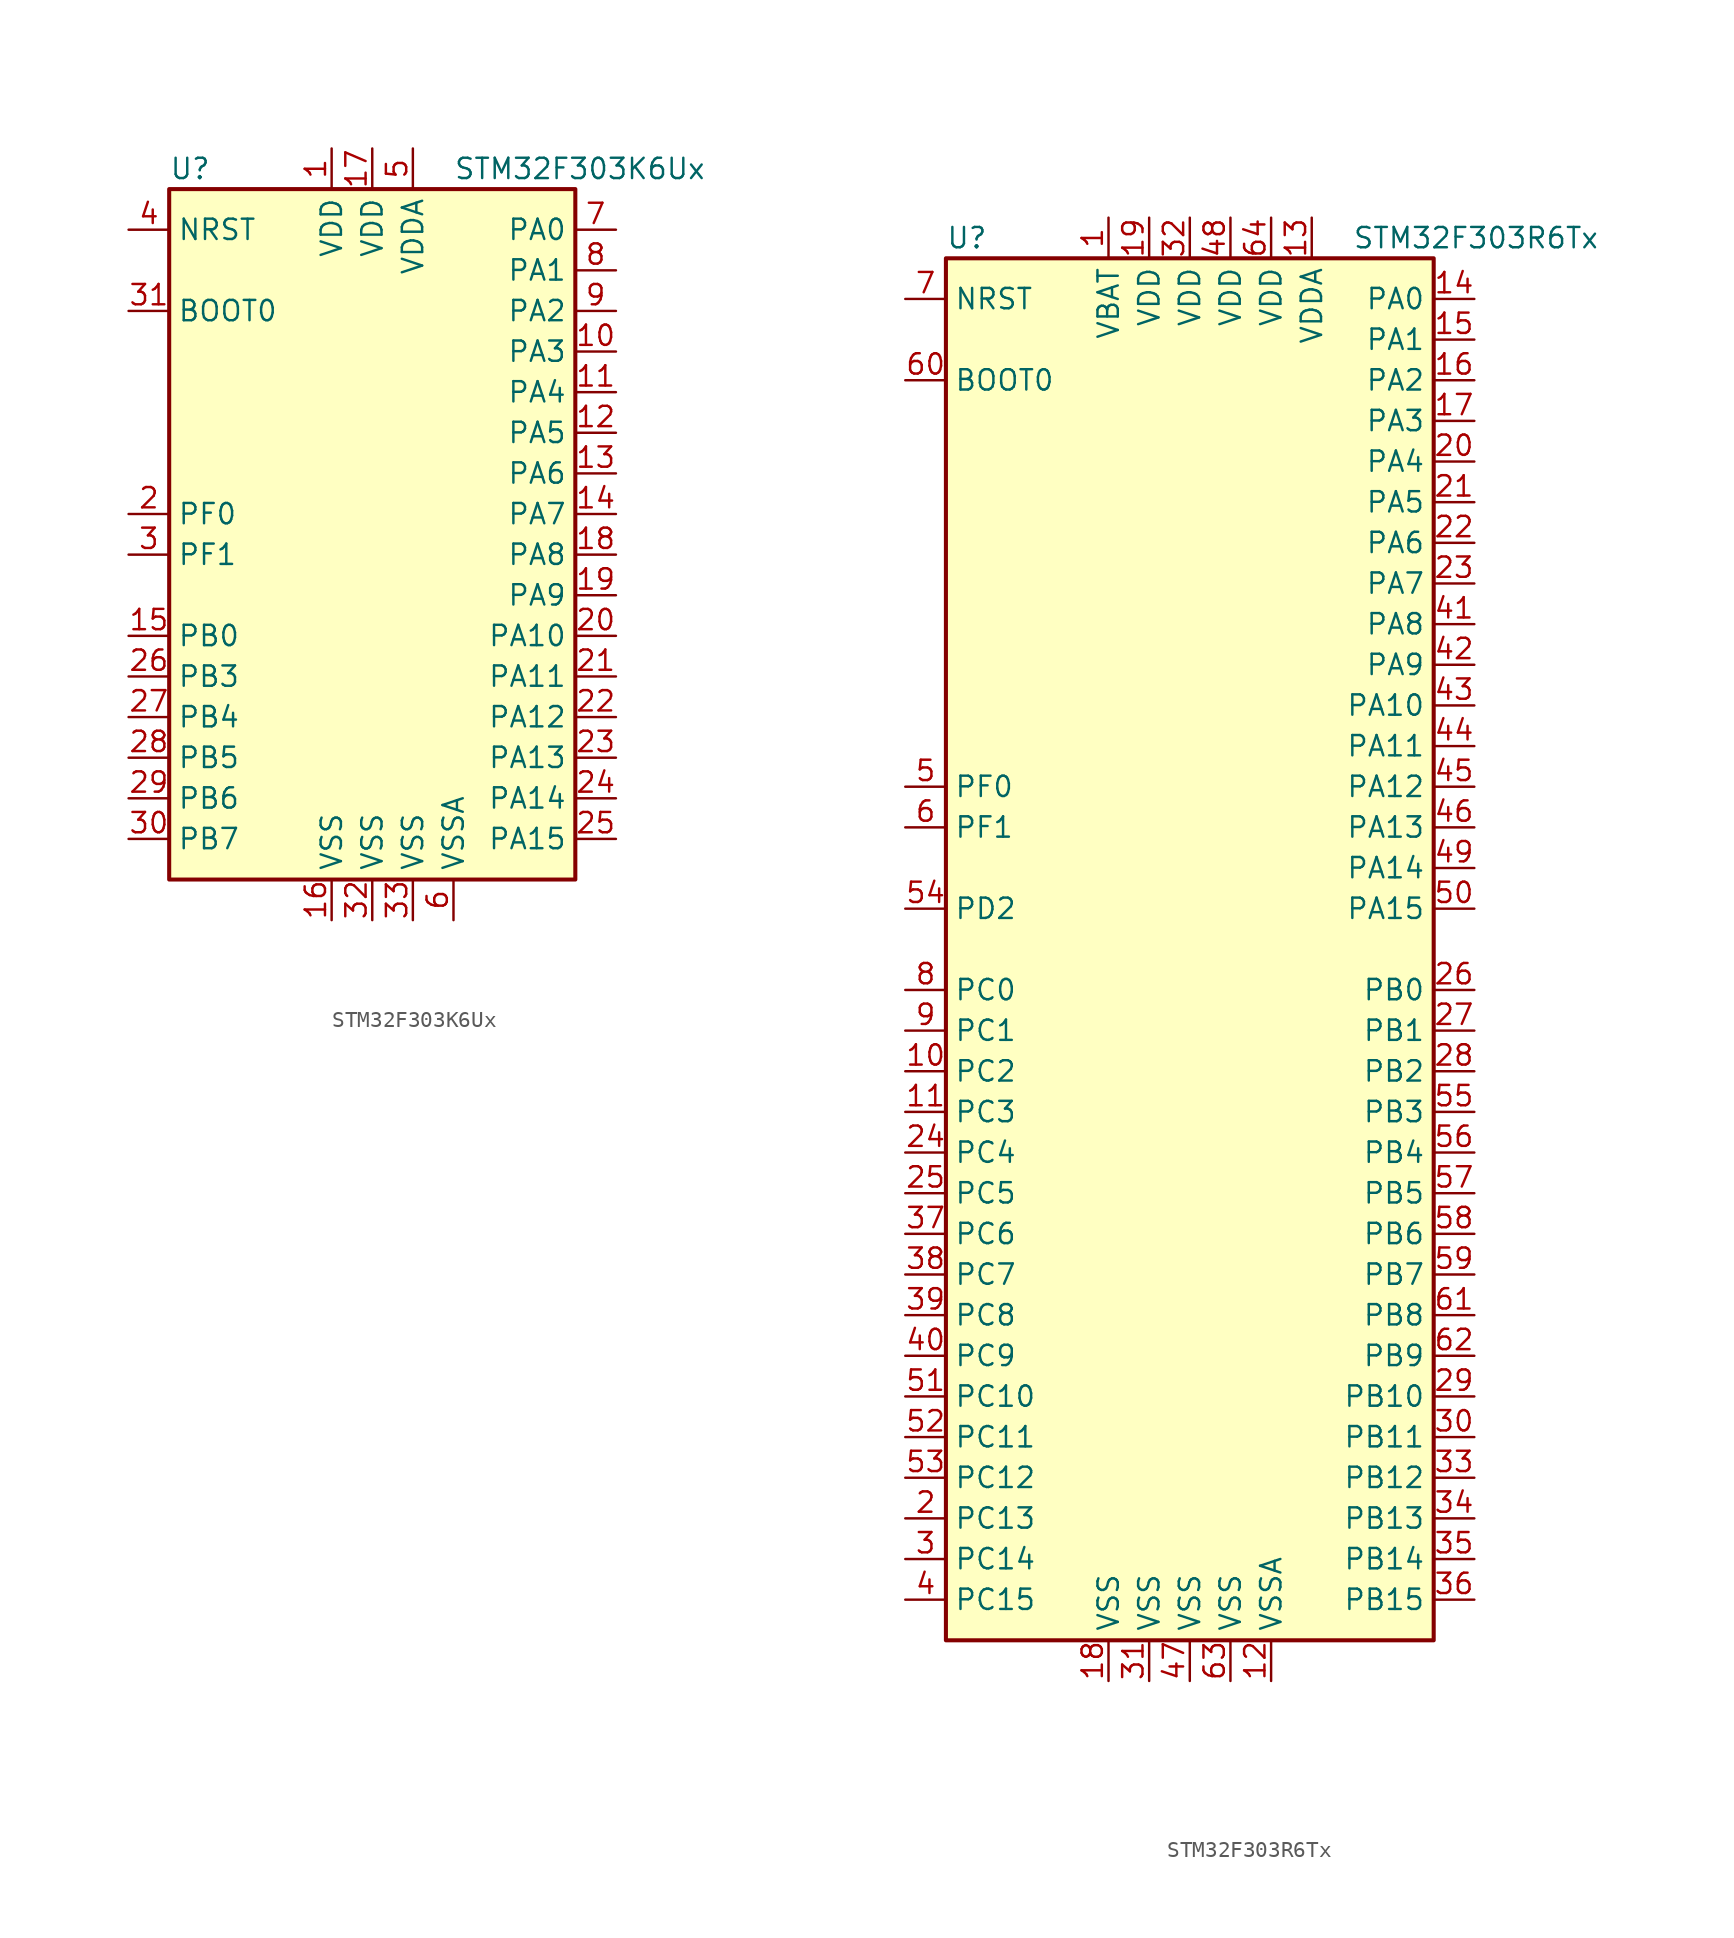
<source format=kicad_sym>
(kicad_symbol_lib
  (version 20211014)
  (generator kicad_symbol_editor)
  (symbol "STM32F303K6Ux"
    (property "Reference" "U"
      (at -12.7 21.59 0)
      (effects (font (size 1.27 1.27)) (justify left)))
    (property "Value" "STM32F303K6Ux"
      (at 5.08 21.59 0)
      (effects (font (size 1.27 1.27)) (justify left)))
    (symbol "STM32F303K6Ux_0_1"
      (rectangle (start -12.7 -22.86) (end 12.7 20.32) (stroke (width 0.254) (type default) (color 0 0 0 0)) (fill (type background))))
    (symbol "STM32F303K6Ux_1_1"
      (pin power_in line (at -2.54 22.86 270) (length 2.54) (name "VDD" (effects (font (size 1.27 1.27)))) (number "1" (effects (font (size 1.27 1.27)))))
      (pin bidirectional line (at 15.24 10.16 180) (length 2.54) (name "PA3" (effects (font (size 1.27 1.27)))) (number "10" (effects (font (size 1.27 1.27)))))
      (pin bidirectional line (at 15.24 7.62 180) (length 2.54) (name "PA4" (effects (font (size 1.27 1.27)))) (number "11" (effects (font (size 1.27 1.27)))))
      (pin bidirectional line (at 15.24 5.08 180) (length 2.54) (name "PA5" (effects (font (size 1.27 1.27)))) (number "12" (effects (font (size 1.27 1.27)))))
      (pin bidirectional line (at 15.24 2.54 180) (length 2.54) (name "PA6" (effects (font (size 1.27 1.27)))) (number "13" (effects (font (size 1.27 1.27)))))
      (pin bidirectional line (at 15.24 0 180) (length 2.54) (name "PA7" (effects (font (size 1.27 1.27)))) (number "14" (effects (font (size 1.27 1.27)))))
      (pin bidirectional line (at -15.24 -7.62 0) (length 2.54) (name "PB0" (effects (font (size 1.27 1.27)))) (number "15" (effects (font (size 1.27 1.27)))))
      (pin power_in line (at -2.54 -25.4 90) (length 2.54) (name "VSS" (effects (font (size 1.27 1.27)))) (number "16" (effects (font (size 1.27 1.27)))))
      (pin power_in line (at 0 22.86 270) (length 2.54) (name "VDD" (effects (font (size 1.27 1.27)))) (number "17" (effects (font (size 1.27 1.27)))))
      (pin bidirectional line (at 15.24 -2.54 180) (length 2.54) (name "PA8" (effects (font (size 1.27 1.27)))) (number "18" (effects (font (size 1.27 1.27)))))
      (pin bidirectional line (at 15.24 -5.08 180) (length 2.54) (name "PA9" (effects (font (size 1.27 1.27)))) (number "19" (effects (font (size 1.27 1.27)))))
      (pin input line (at -15.24 0 0) (length 2.54) (name "PF0" (effects (font (size 1.27 1.27)))) (number "2" (effects (font (size 1.27 1.27)))))
      (pin bidirectional line (at 15.24 -7.62 180) (length 2.54) (name "PA10" (effects (font (size 1.27 1.27)))) (number "20" (effects (font (size 1.27 1.27)))))
      (pin bidirectional line (at 15.24 -10.16 180) (length 2.54) (name "PA11" (effects (font (size 1.27 1.27)))) (number "21" (effects (font (size 1.27 1.27)))))
      (pin bidirectional line (at 15.24 -12.7 180) (length 2.54) (name "PA12" (effects (font (size 1.27 1.27)))) (number "22" (effects (font (size 1.27 1.27)))))
      (pin bidirectional line (at 15.24 -15.24 180) (length 2.54) (name "PA13" (effects (font (size 1.27 1.27)))) (number "23" (effects (font (size 1.27 1.27)))))
      (pin bidirectional line (at 15.24 -17.78 180) (length 2.54) (name "PA14" (effects (font (size 1.27 1.27)))) (number "24" (effects (font (size 1.27 1.27)))))
      (pin bidirectional line (at 15.24 -20.32 180) (length 2.54) (name "PA15" (effects (font (size 1.27 1.27)))) (number "25" (effects (font (size 1.27 1.27)))))
      (pin bidirectional line (at -15.24 -10.16 0) (length 2.54) (name "PB3" (effects (font (size 1.27 1.27)))) (number "26" (effects (font (size 1.27 1.27)))))
      (pin bidirectional line (at -15.24 -12.7 0) (length 2.54) (name "PB4" (effects (font (size 1.27 1.27)))) (number "27" (effects (font (size 1.27 1.27)))))
      (pin bidirectional line (at -15.24 -15.24 0) (length 2.54) (name "PB5" (effects (font (size 1.27 1.27)))) (number "28" (effects (font (size 1.27 1.27)))))
      (pin bidirectional line (at -15.24 -17.78 0) (length 2.54) (name "PB6" (effects (font (size 1.27 1.27)))) (number "29" (effects (font (size 1.27 1.27)))))
      (pin input line (at -15.24 -2.54 0) (length 2.54) (name "PF1" (effects (font (size 1.27 1.27)))) (number "3" (effects (font (size 1.27 1.27)))))
      (pin bidirectional line (at -15.24 -20.32 0) (length 2.54) (name "PB7" (effects (font (size 1.27 1.27)))) (number "30" (effects (font (size 1.27 1.27)))))
      (pin input line (at -15.24 12.7 0) (length 2.54) (name "BOOT0" (effects (font (size 1.27 1.27)))) (number "31" (effects (font (size 1.27 1.27)))))
      (pin power_in line (at 0 -25.4 90) (length 2.54) (name "VSS" (effects (font (size 1.27 1.27)))) (number "32" (effects (font (size 1.27 1.27)))))
      (pin power_in line (at 2.54 -25.4 90) (length 2.54) (name "VSS" (effects (font (size 1.27 1.27)))) (number "33" (effects (font (size 1.27 1.27)))))
      (pin input line (at -15.24 17.78 0) (length 2.54) (name "NRST" (effects (font (size 1.27 1.27)))) (number "4" (effects (font (size 1.27 1.27)))))
      (pin power_in line (at 2.54 22.86 270) (length 2.54) (name "VDDA" (effects (font (size 1.27 1.27)))) (number "5" (effects (font (size 1.27 1.27)))))
      (pin power_in line (at 5.08 -25.4 90) (length 2.54) (name "VSSA" (effects (font (size 1.27 1.27)))) (number "6" (effects (font (size 1.27 1.27)))))
      (pin bidirectional line (at 15.24 17.78 180) (length 2.54) (name "PA0" (effects (font (size 1.27 1.27)))) (number "7" (effects (font (size 1.27 1.27)))))
      (pin bidirectional line (at 15.24 15.24 180) (length 2.54) (name "PA1" (effects (font (size 1.27 1.27)))) (number "8" (effects (font (size 1.27 1.27)))))
      (pin bidirectional line (at 15.24 12.7 180) (length 2.54) (name "PA2" (effects (font (size 1.27 1.27)))) (number "9" (effects (font (size 1.27 1.27)))))))
  (symbol "STM32F303R6Tx"
    (property "Reference" "U"
      (at -15.24 44.45 0)
      (effects (font (size 1.27 1.27)) (justify left)))
    (property "Value" "STM32F303R6Tx"
      (at 10.16 44.45 0)
      (effects (font (size 1.27 1.27)) (justify left)))
    (symbol "STM32F303R6Tx_0_1"
      (rectangle (start -15.24 -43.18) (end 15.24 43.18) (stroke (width 0.254) (type default) (color 0 0 0 0)) (fill (type background))))
    (symbol "STM32F303R6Tx_1_1"
      (pin power_in line (at -5.08 45.72 270) (length 2.54) (name "VBAT" (effects (font (size 1.27 1.27)))) (number "1" (effects (font (size 1.27 1.27)))))
      (pin bidirectional line (at -17.78 -7.62 0) (length 2.54) (name "PC2" (effects (font (size 1.27 1.27)))) (number "10" (effects (font (size 1.27 1.27)))))
      (pin bidirectional line (at -17.78 -10.16 0) (length 2.54) (name "PC3" (effects (font (size 1.27 1.27)))) (number "11" (effects (font (size 1.27 1.27)))))
      (pin power_in line (at 5.08 -45.72 90) (length 2.54) (name "VSSA" (effects (font (size 1.27 1.27)))) (number "12" (effects (font (size 1.27 1.27)))))
      (pin power_in line (at 7.62 45.72 270) (length 2.54) (name "VDDA" (effects (font (size 1.27 1.27)))) (number "13" (effects (font (size 1.27 1.27)))))
      (pin bidirectional line (at 17.78 40.64 180) (length 2.54) (name "PA0" (effects (font (size 1.27 1.27)))) (number "14" (effects (font (size 1.27 1.27)))))
      (pin bidirectional line (at 17.78 38.1 180) (length 2.54) (name "PA1" (effects (font (size 1.27 1.27)))) (number "15" (effects (font (size 1.27 1.27)))))
      (pin bidirectional line (at 17.78 35.56 180) (length 2.54) (name "PA2" (effects (font (size 1.27 1.27)))) (number "16" (effects (font (size 1.27 1.27)))))
      (pin bidirectional line (at 17.78 33.02 180) (length 2.54) (name "PA3" (effects (font (size 1.27 1.27)))) (number "17" (effects (font (size 1.27 1.27)))))
      (pin power_in line (at -5.08 -45.72 90) (length 2.54) (name "VSS" (effects (font (size 1.27 1.27)))) (number "18" (effects (font (size 1.27 1.27)))))
      (pin power_in line (at -2.54 45.72 270) (length 2.54) (name "VDD" (effects (font (size 1.27 1.27)))) (number "19" (effects (font (size 1.27 1.27)))))
      (pin bidirectional line (at -17.78 -35.56 0) (length 2.54) (name "PC13" (effects (font (size 1.27 1.27)))) (number "2" (effects (font (size 1.27 1.27)))))
      (pin bidirectional line (at 17.78 30.48 180) (length 2.54) (name "PA4" (effects (font (size 1.27 1.27)))) (number "20" (effects (font (size 1.27 1.27)))))
      (pin bidirectional line (at 17.78 27.94 180) (length 2.54) (name "PA5" (effects (font (size 1.27 1.27)))) (number "21" (effects (font (size 1.27 1.27)))))
      (pin bidirectional line (at 17.78 25.4 180) (length 2.54) (name "PA6" (effects (font (size 1.27 1.27)))) (number "22" (effects (font (size 1.27 1.27)))))
      (pin bidirectional line (at 17.78 22.86 180) (length 2.54) (name "PA7" (effects (font (size 1.27 1.27)))) (number "23" (effects (font (size 1.27 1.27)))))
      (pin bidirectional line (at -17.78 -12.7 0) (length 2.54) (name "PC4" (effects (font (size 1.27 1.27)))) (number "24" (effects (font (size 1.27 1.27)))))
      (pin bidirectional line (at -17.78 -15.24 0) (length 2.54) (name "PC5" (effects (font (size 1.27 1.27)))) (number "25" (effects (font (size 1.27 1.27)))))
      (pin bidirectional line (at 17.78 -2.54 180) (length 2.54) (name "PB0" (effects (font (size 1.27 1.27)))) (number "26" (effects (font (size 1.27 1.27)))))
      (pin bidirectional line (at 17.78 -5.08 180) (length 2.54) (name "PB1" (effects (font (size 1.27 1.27)))) (number "27" (effects (font (size 1.27 1.27)))))
      (pin bidirectional line (at 17.78 -7.62 180) (length 2.54) (name "PB2" (effects (font (size 1.27 1.27)))) (number "28" (effects (font (size 1.27 1.27)))))
      (pin bidirectional line (at 17.78 -27.94 180) (length 2.54) (name "PB10" (effects (font (size 1.27 1.27)))) (number "29" (effects (font (size 1.27 1.27)))))
      (pin bidirectional line (at -17.78 -38.1 0) (length 2.54) (name "PC14" (effects (font (size 1.27 1.27)))) (number "3" (effects (font (size 1.27 1.27)))))
      (pin bidirectional line (at 17.78 -30.48 180) (length 2.54) (name "PB11" (effects (font (size 1.27 1.27)))) (number "30" (effects (font (size 1.27 1.27)))))
      (pin power_in line (at -2.54 -45.72 90) (length 2.54) (name "VSS" (effects (font (size 1.27 1.27)))) (number "31" (effects (font (size 1.27 1.27)))))
      (pin power_in line (at 0 45.72 270) (length 2.54) (name "VDD" (effects (font (size 1.27 1.27)))) (number "32" (effects (font (size 1.27 1.27)))))
      (pin bidirectional line (at 17.78 -33.02 180) (length 2.54) (name "PB12" (effects (font (size 1.27 1.27)))) (number "33" (effects (font (size 1.27 1.27)))))
      (pin bidirectional line (at 17.78 -35.56 180) (length 2.54) (name "PB13" (effects (font (size 1.27 1.27)))) (number "34" (effects (font (size 1.27 1.27)))))
      (pin bidirectional line (at 17.78 -38.1 180) (length 2.54) (name "PB14" (effects (font (size 1.27 1.27)))) (number "35" (effects (font (size 1.27 1.27)))))
      (pin bidirectional line (at 17.78 -40.64 180) (length 2.54) (name "PB15" (effects (font (size 1.27 1.27)))) (number "36" (effects (font (size 1.27 1.27)))))
      (pin bidirectional line (at -17.78 -17.78 0) (length 2.54) (name "PC6" (effects (font (size 1.27 1.27)))) (number "37" (effects (font (size 1.27 1.27)))))
      (pin bidirectional line (at -17.78 -20.32 0) (length 2.54) (name "PC7" (effects (font (size 1.27 1.27)))) (number "38" (effects (font (size 1.27 1.27)))))
      (pin bidirectional line (at -17.78 -22.86 0) (length 2.54) (name "PC8" (effects (font (size 1.27 1.27)))) (number "39" (effects (font (size 1.27 1.27)))))
      (pin bidirectional line (at -17.78 -40.64 0) (length 2.54) (name "PC15" (effects (font (size 1.27 1.27)))) (number "4" (effects (font (size 1.27 1.27)))))
      (pin bidirectional line (at -17.78 -25.4 0) (length 2.54) (name "PC9" (effects (font (size 1.27 1.27)))) (number "40" (effects (font (size 1.27 1.27)))))
      (pin bidirectional line (at 17.78 20.32 180) (length 2.54) (name "PA8" (effects (font (size 1.27 1.27)))) (number "41" (effects (font (size 1.27 1.27)))))
      (pin bidirectional line (at 17.78 17.78 180) (length 2.54) (name "PA9" (effects (font (size 1.27 1.27)))) (number "42" (effects (font (size 1.27 1.27)))))
      (pin bidirectional line (at 17.78 15.24 180) (length 2.54) (name "PA10" (effects (font (size 1.27 1.27)))) (number "43" (effects (font (size 1.27 1.27)))))
      (pin bidirectional line (at 17.78 12.7 180) (length 2.54) (name "PA11" (effects (font (size 1.27 1.27)))) (number "44" (effects (font (size 1.27 1.27)))))
      (pin bidirectional line (at 17.78 10.16 180) (length 2.54) (name "PA12" (effects (font (size 1.27 1.27)))) (number "45" (effects (font (size 1.27 1.27)))))
      (pin bidirectional line (at 17.78 7.62 180) (length 2.54) (name "PA13" (effects (font (size 1.27 1.27)))) (number "46" (effects (font (size 1.27 1.27)))))
      (pin power_in line (at 0 -45.72 90) (length 2.54) (name "VSS" (effects (font (size 1.27 1.27)))) (number "47" (effects (font (size 1.27 1.27)))))
      (pin power_in line (at 2.54 45.72 270) (length 2.54) (name "VDD" (effects (font (size 1.27 1.27)))) (number "48" (effects (font (size 1.27 1.27)))))
      (pin bidirectional line (at 17.78 5.08 180) (length 2.54) (name "PA14" (effects (font (size 1.27 1.27)))) (number "49" (effects (font (size 1.27 1.27)))))
      (pin input line (at -17.78 10.16 0) (length 2.54) (name "PF0" (effects (font (size 1.27 1.27)))) (number "5" (effects (font (size 1.27 1.27)))))
      (pin bidirectional line (at 17.78 2.54 180) (length 2.54) (name "PA15" (effects (font (size 1.27 1.27)))) (number "50" (effects (font (size 1.27 1.27)))))
      (pin bidirectional line (at -17.78 -27.94 0) (length 2.54) (name "PC10" (effects (font (size 1.27 1.27)))) (number "51" (effects (font (size 1.27 1.27)))))
      (pin bidirectional line (at -17.78 -30.48 0) (length 2.54) (name "PC11" (effects (font (size 1.27 1.27)))) (number "52" (effects (font (size 1.27 1.27)))))
      (pin bidirectional line (at -17.78 -33.02 0) (length 2.54) (name "PC12" (effects (font (size 1.27 1.27)))) (number "53" (effects (font (size 1.27 1.27)))))
      (pin bidirectional line (at -17.78 2.54 0) (length 2.54) (name "PD2" (effects (font (size 1.27 1.27)))) (number "54" (effects (font (size 1.27 1.27)))))
      (pin bidirectional line (at 17.78 -10.16 180) (length 2.54) (name "PB3" (effects (font (size 1.27 1.27)))) (number "55" (effects (font (size 1.27 1.27)))))
      (pin bidirectional line (at 17.78 -12.7 180) (length 2.54) (name "PB4" (effects (font (size 1.27 1.27)))) (number "56" (effects (font (size 1.27 1.27)))))
      (pin bidirectional line (at 17.78 -15.24 180) (length 2.54) (name "PB5" (effects (font (size 1.27 1.27)))) (number "57" (effects (font (size 1.27 1.27)))))
      (pin bidirectional line (at 17.78 -17.78 180) (length 2.54) (name "PB6" (effects (font (size 1.27 1.27)))) (number "58" (effects (font (size 1.27 1.27)))))
      (pin bidirectional line (at 17.78 -20.32 180) (length 2.54) (name "PB7" (effects (font (size 1.27 1.27)))) (number "59" (effects (font (size 1.27 1.27)))))
      (pin input line (at -17.78 7.62 0) (length 2.54) (name "PF1" (effects (font (size 1.27 1.27)))) (number "6" (effects (font (size 1.27 1.27)))))
      (pin input line (at -17.78 35.56 0) (length 2.54) (name "BOOT0" (effects (font (size 1.27 1.27)))) (number "60" (effects (font (size 1.27 1.27)))))
      (pin bidirectional line (at 17.78 -22.86 180) (length 2.54) (name "PB8" (effects (font (size 1.27 1.27)))) (number "61" (effects (font (size 1.27 1.27)))))
      (pin bidirectional line (at 17.78 -25.4 180) (length 2.54) (name "PB9" (effects (font (size 1.27 1.27)))) (number "62" (effects (font (size 1.27 1.27)))))
      (pin power_in line (at 2.54 -45.72 90) (length 2.54) (name "VSS" (effects (font (size 1.27 1.27)))) (number "63" (effects (font (size 1.27 1.27)))))
      (pin power_in line (at 5.08 45.72 270) (length 2.54) (name "VDD" (effects (font (size 1.27 1.27)))) (number "64" (effects (font (size 1.27 1.27)))))
      (pin input line (at -17.78 40.64 0) (length 2.54) (name "NRST" (effects (font (size 1.27 1.27)))) (number "7" (effects (font (size 1.27 1.27)))))
      (pin bidirectional line (at -17.78 -2.54 0) (length 2.54) (name "PC0" (effects (font (size 1.27 1.27)))) (number "8" (effects (font (size 1.27 1.27)))))
      (pin bidirectional line (at -17.78 -5.08 0) (length 2.54) (name "PC1" (effects (font (size 1.27 1.27)))) (number "9" (effects (font (size 1.27 1.27))))))))
</source>
